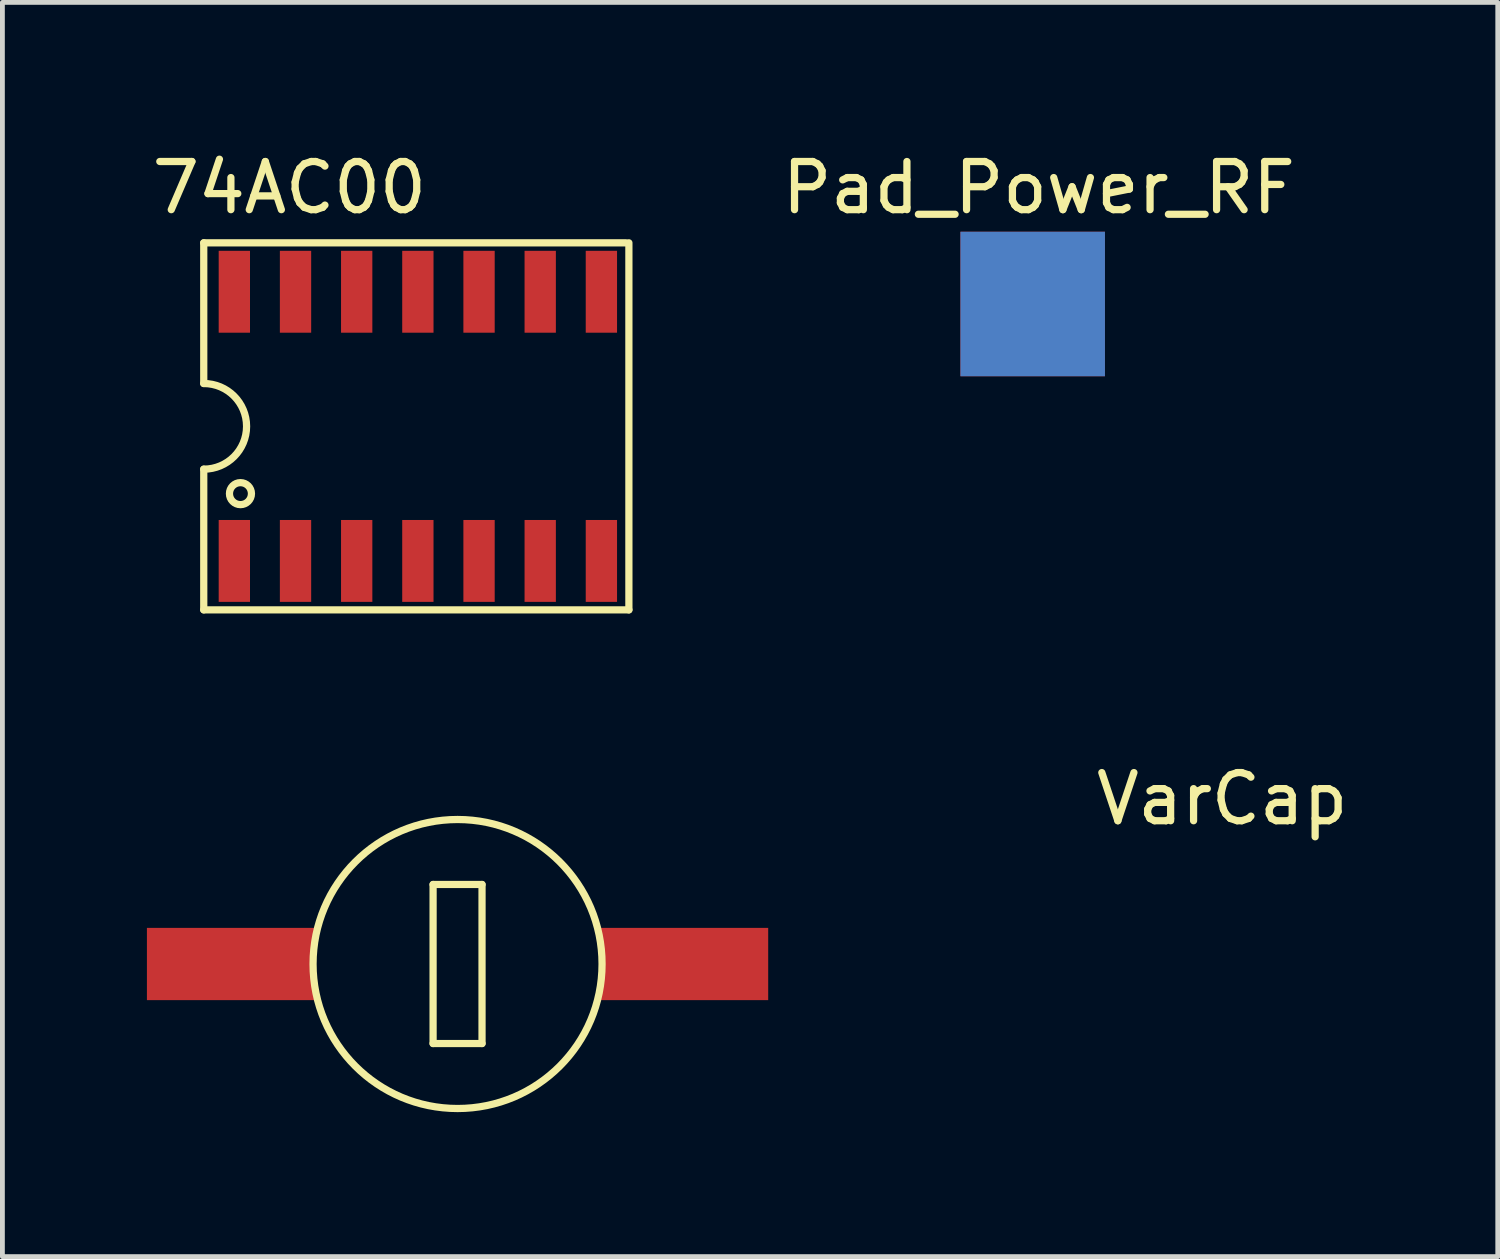
<source format=kicad_pcb>
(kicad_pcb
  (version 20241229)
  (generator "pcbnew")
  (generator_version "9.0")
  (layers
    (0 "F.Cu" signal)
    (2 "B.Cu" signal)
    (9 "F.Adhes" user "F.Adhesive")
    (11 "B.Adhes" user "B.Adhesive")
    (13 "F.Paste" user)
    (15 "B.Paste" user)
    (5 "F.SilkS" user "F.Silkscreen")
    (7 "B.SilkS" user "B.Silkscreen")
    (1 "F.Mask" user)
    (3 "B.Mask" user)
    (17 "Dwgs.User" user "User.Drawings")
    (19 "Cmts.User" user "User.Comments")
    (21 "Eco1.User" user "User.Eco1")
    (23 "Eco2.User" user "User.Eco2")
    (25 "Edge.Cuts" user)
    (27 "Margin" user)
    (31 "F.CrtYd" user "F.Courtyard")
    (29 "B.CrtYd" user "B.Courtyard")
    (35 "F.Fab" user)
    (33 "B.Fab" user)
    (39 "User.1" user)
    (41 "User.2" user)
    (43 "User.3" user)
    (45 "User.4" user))
  (footprint "VarCap"
    (layer "F.Cu")
    (at 6.449 16.963)
    (property "Reference" "VarCap" (at 15.875 -3.429 0) (layer "F.SilkS") (effects (font (size 1 1) (thickness 0.15))))
    (attr through_hole)
    (fp_line (start -0.508 -1.651) (end 0.508 -1.651) (stroke (width 0.15) (type solid)) (layer "F.SilkS"))
    (fp_line (start -0.508 1.651) (end -0.508 -1.651) (stroke (width 0.15) (type solid)) (layer "F.SilkS"))
    (fp_line (start 0.508 -1.651) (end 0.508 1.651) (stroke (width 0.15) (type solid)) (layer "F.SilkS"))
    (fp_line (start 0.508 1.651) (end -0.508 1.651) (stroke (width 0.15) (type solid)) (layer "F.SilkS"))
    (fp_circle (center 0 0) (end 3 0) (stroke (width 0.15) (type solid)) (fill no) (layer "F.SilkS"))
    (pad "1" smd rect (at 4.699 0) (size 3.5 1.5) (layers "F.Cu" "F.Mask" "F.Paste"))
    (pad "2" smd rect (at -4.699 0) (size 3.5 1.5) (layers "F.Cu" "F.Mask" "F.Paste")))
  (footprint "74AC00"
    (layer "F.Cu")
    (at 5.625 5.801)
    (property "Reference" "74AC00" (at -2.667 -4.953 0) (layer "F.SilkS") (effects (font (size 1 1) (thickness 0.15))))
    (attr through_hole)
    (fp_line (start -4.445 -3.81) (end 4.318 -3.81) (stroke (width 0.15) (type solid)) (layer "F.SilkS"))
    (fp_line (start -4.445 -0.889) (end -4.445 -3.81) (stroke (width 0.15) (type solid)) (layer "F.SilkS"))
    (fp_line (start -4.445 0.889) (end -4.445 3.81) (stroke (width 0.15) (type solid)) (layer "F.SilkS"))
    (fp_line (start -4.445 3.81) (end 4.381 3.81) (stroke (width 0.15) (type solid)) (layer "F.SilkS"))
    (fp_line (start 4.381 3.81) (end 4.381 -3.81) (stroke (width 0.15) (type solid)) (layer "F.SilkS"))
    (fp_arc (start -4.445 -0.889) (mid -3.556 0) (end -4.445 0.889) (stroke (width 0.15) (type solid)) (layer "F.SilkS"))
    (fp_circle (center -3.683 1.397) (end -3.493 1.524) (stroke (width 0.15) (type solid)) (fill no) (layer "F.SilkS"))
    (pad "1" smd rect (at -3.81 2.794) (size 0.65 1.7) (layers "F.Cu" "F.Mask" "F.Paste"))
    (pad "2" smd rect (at -2.54 2.794) (size 0.65 1.7) (layers "F.Cu" "F.Mask" "F.Paste"))
    (pad "3" smd rect (at -1.27 2.794) (size 0.65 1.7) (layers "F.Cu" "F.Mask" "F.Paste"))
    (pad "4" smd rect (at 0 2.794) (size 0.65 1.7) (layers "F.Cu" "F.Mask" "F.Paste"))
    (pad "5" smd rect (at 1.27 2.794) (size 0.65 1.7) (layers "F.Cu" "F.Mask" "F.Paste"))
    (pad "6" smd rect (at 2.54 2.794) (size 0.65 1.7) (layers "F.Cu" "F.Mask" "F.Paste"))
    (pad "7" smd rect (at 3.81 2.794) (size 0.65 1.7) (layers "F.Cu" "F.Mask" "F.Paste"))
    (pad "8" smd rect (at 3.81 -2.794) (size 0.65 1.7) (layers "F.Cu" "F.Mask" "F.Paste"))
    (pad "9" smd rect (at 2.54 -2.794) (size 0.65 1.7) (layers "F.Cu" "F.Mask" "F.Paste"))
    (pad "10" smd rect (at 1.27 -2.794) (size 0.65 1.7) (layers "F.Cu" "F.Mask" "F.Paste"))
    (pad "11" smd rect (at 0 -2.794) (size 0.65 1.7) (layers "F.Cu" "F.Mask" "F.Paste"))
    (pad "12" smd rect (at -1.27 -2.794) (size 0.65 1.7) (layers "F.Cu" "F.Mask" "F.Paste"))
    (pad "13" smd rect (at -2.54 -2.794) (size 0.65 1.7) (layers "F.Cu" "F.Mask" "F.Paste"))
    (pad "14" smd rect (at -3.81 -2.794) (size 0.65 1.7) (layers "F.Cu" "F.Mask" "F.Paste")))
  (footprint "Pad_Power_RF"
    (layer "F.Cu")
    (at 18.389 3.261)
    (property "Reference" "Pad_Power_RF" (at 0.127 -2.413 0) (layer "F.SilkS") (effects (font (size 1 1) (thickness 0.15))))
    (attr through_hole)
    (pad "1" smd rect (at 0 0) (size 3 3) (layers "F.Cu" "F.Mask" "F.Paste"))
    (pad "2" smd rect (at 0 0) (size 3 3) (layers "F.Mask" "B.Cu" "F.Paste")))
  (gr_rect
    (start -3 -3)
    (end 28.044 23.038)
    (stroke (width 0.1) (type default))
    (fill no)
    (layer "Edge.Cuts")))
</source>
